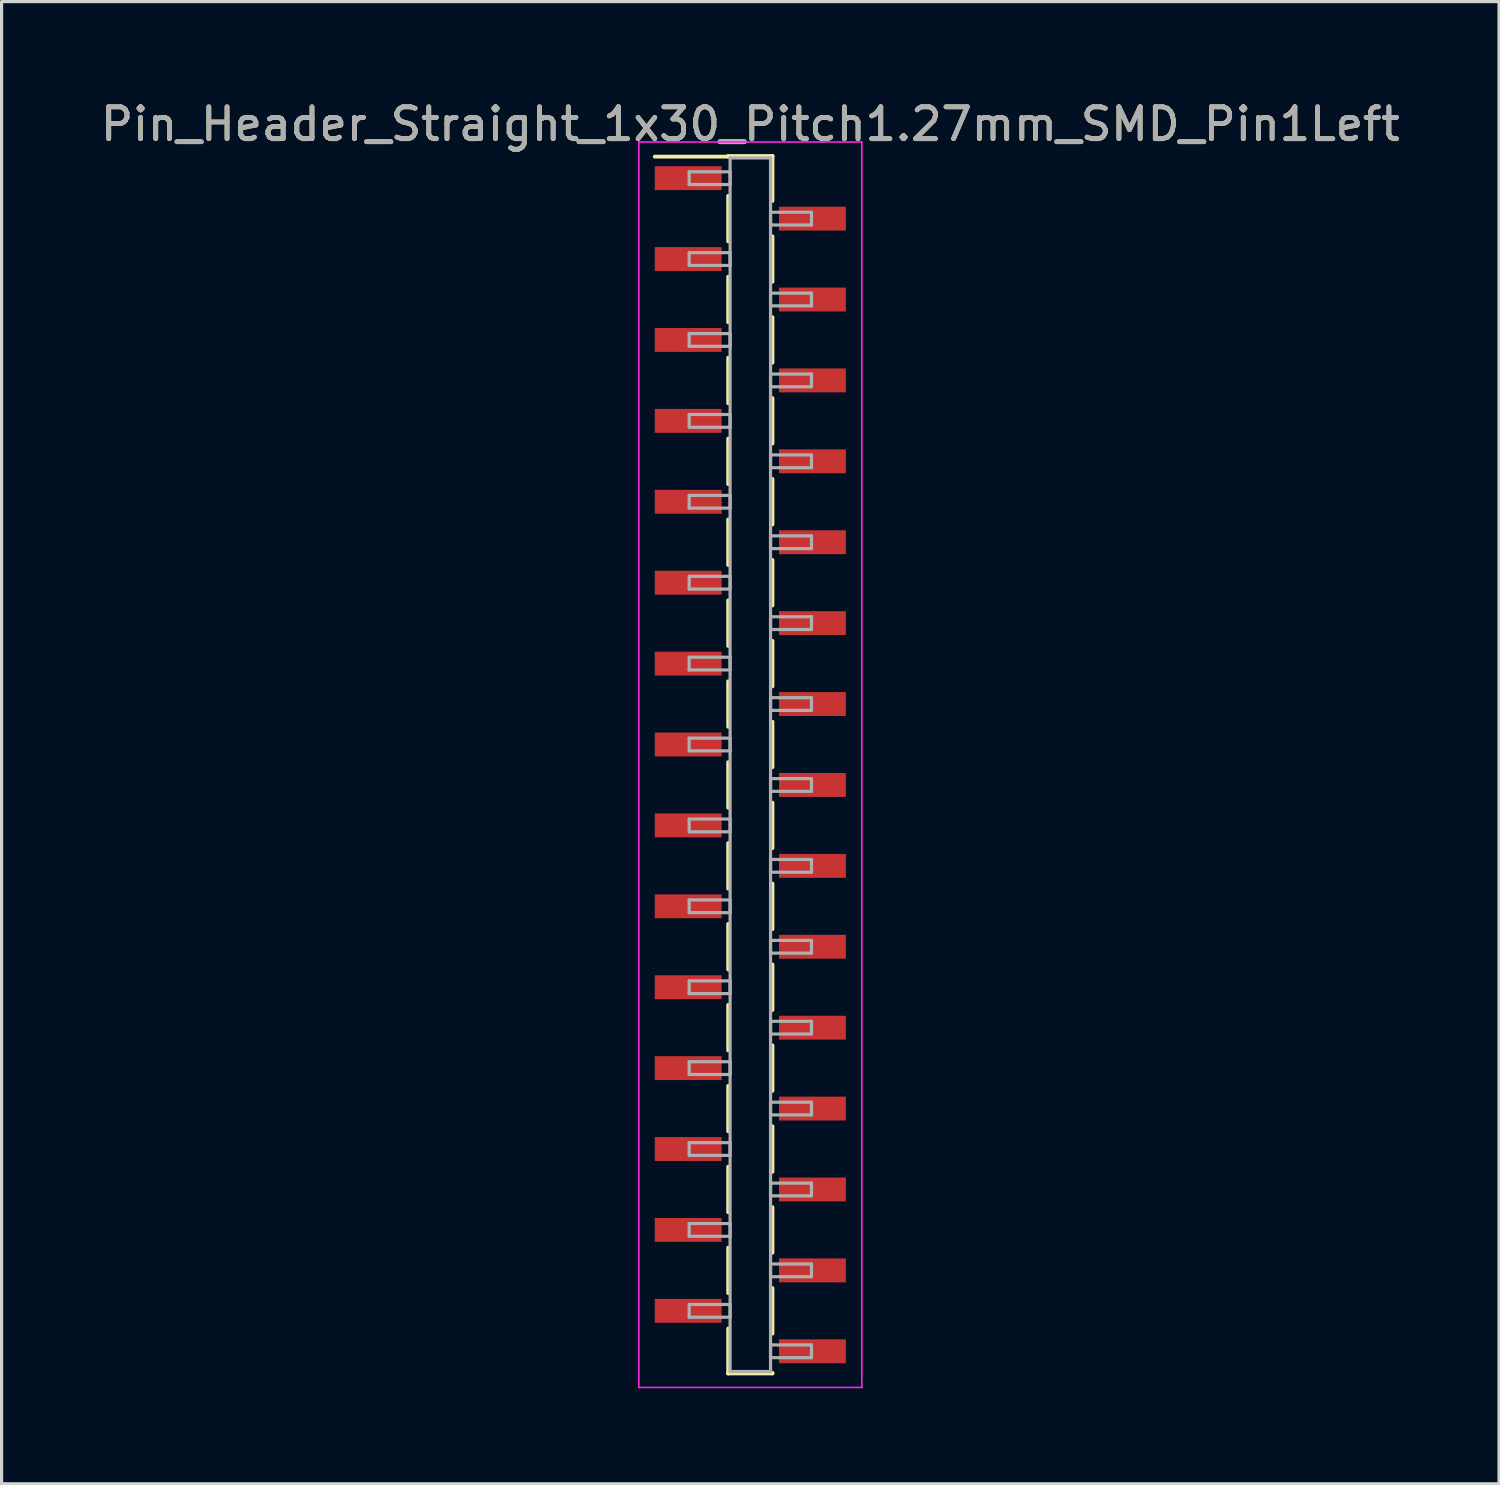
<source format=kicad_pcb>
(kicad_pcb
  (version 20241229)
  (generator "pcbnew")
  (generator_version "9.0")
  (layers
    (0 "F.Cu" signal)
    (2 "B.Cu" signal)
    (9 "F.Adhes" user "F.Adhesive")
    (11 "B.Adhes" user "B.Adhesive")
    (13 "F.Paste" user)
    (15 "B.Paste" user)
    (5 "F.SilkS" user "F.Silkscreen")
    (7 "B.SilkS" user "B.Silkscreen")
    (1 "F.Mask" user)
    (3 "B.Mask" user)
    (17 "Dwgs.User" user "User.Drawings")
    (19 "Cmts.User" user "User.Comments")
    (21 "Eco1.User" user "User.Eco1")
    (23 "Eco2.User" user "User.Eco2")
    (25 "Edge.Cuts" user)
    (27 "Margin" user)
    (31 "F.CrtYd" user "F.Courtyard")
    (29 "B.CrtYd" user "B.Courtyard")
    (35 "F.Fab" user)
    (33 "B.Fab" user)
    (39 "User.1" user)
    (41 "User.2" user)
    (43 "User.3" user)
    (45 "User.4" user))
  (footprint "Pin_Header_Straight_1x30_Pitch1.27mm_SMD_Pin1Left"
    (layer "F.Cu")
    (at 20.506 20.958)
    (property "Reference" "Pin_Header_Straight_1x30_Pitch1.27mm_SMD_Pin1Left" (at 0 -20.11 0) (layer "F.SilkS") (effects (font (size 1 1) (thickness 0.15))))
    (attr smd)
    (fp_line (start -0.695 -19.11) (end 0.695 -19.11) (stroke (width 0.12) (type solid)) (layer "F.SilkS"))
    (fp_line (start -0.695 -19.09) (end -3 -19.09) (stroke (width 0.12) (type solid)) (layer "F.SilkS"))
    (fp_line (start -0.695 -19.09) (end -0.695 -19.11) (stroke (width 0.12) (type solid)) (layer "F.SilkS"))
    (fp_line (start -0.695 -17.86) (end -0.695 -16.43) (stroke (width 0.12) (type solid)) (layer "F.SilkS"))
    (fp_line (start -0.695 -15.32) (end -0.695 -13.89) (stroke (width 0.12) (type solid)) (layer "F.SilkS"))
    (fp_line (start -0.695 -12.78) (end -0.695 -11.35) (stroke (width 0.12) (type solid)) (layer "F.SilkS"))
    (fp_line (start -0.695 -10.24) (end -0.695 -8.81) (stroke (width 0.12) (type solid)) (layer "F.SilkS"))
    (fp_line (start -0.695 -7.7) (end -0.695 -6.27) (stroke (width 0.12) (type solid)) (layer "F.SilkS"))
    (fp_line (start -0.695 -5.16) (end -0.695 -3.73) (stroke (width 0.12) (type solid)) (layer "F.SilkS"))
    (fp_line (start -0.695 -2.62) (end -0.695 -1.19) (stroke (width 0.12) (type solid)) (layer "F.SilkS"))
    (fp_line (start -0.695 -0.08) (end -0.695 1.35) (stroke (width 0.12) (type solid)) (layer "F.SilkS"))
    (fp_line (start -0.695 2.46) (end -0.695 3.89) (stroke (width 0.12) (type solid)) (layer "F.SilkS"))
    (fp_line (start -0.695 5) (end -0.695 6.43) (stroke (width 0.12) (type solid)) (layer "F.SilkS"))
    (fp_line (start -0.695 7.54) (end -0.695 8.97) (stroke (width 0.12) (type solid)) (layer "F.SilkS"))
    (fp_line (start -0.695 10.08) (end -0.695 11.51) (stroke (width 0.12) (type solid)) (layer "F.SilkS"))
    (fp_line (start -0.695 12.62) (end -0.695 14.05) (stroke (width 0.12) (type solid)) (layer "F.SilkS"))
    (fp_line (start -0.695 15.16) (end -0.695 16.59) (stroke (width 0.12) (type solid)) (layer "F.SilkS"))
    (fp_line (start -0.695 17.7) (end -0.695 19.11) (stroke (width 0.12) (type solid)) (layer "F.SilkS"))
    (fp_line (start -0.695 19.09) (end -0.695 19.11) (stroke (width 0.12) (type solid)) (layer "F.SilkS"))
    (fp_line (start -0.695 19.11) (end 0.695 19.11) (stroke (width 0.12) (type solid)) (layer "F.SilkS"))
    (fp_line (start 0.695 -19.11) (end 0.695 -19.09) (stroke (width 0.12) (type solid)) (layer "F.SilkS"))
    (fp_line (start 0.695 -19.11) (end 0.695 -17.7) (stroke (width 0.12) (type solid)) (layer "F.SilkS"))
    (fp_line (start 0.695 -16.59) (end 0.695 -15.16) (stroke (width 0.12) (type solid)) (layer "F.SilkS"))
    (fp_line (start 0.695 -14.05) (end 0.695 -12.62) (stroke (width 0.12) (type solid)) (layer "F.SilkS"))
    (fp_line (start 0.695 -11.51) (end 0.695 -10.08) (stroke (width 0.12) (type solid)) (layer "F.SilkS"))
    (fp_line (start 0.695 -8.97) (end 0.695 -7.54) (stroke (width 0.12) (type solid)) (layer "F.SilkS"))
    (fp_line (start 0.695 -6.43) (end 0.695 -5) (stroke (width 0.12) (type solid)) (layer "F.SilkS"))
    (fp_line (start 0.695 -3.89) (end 0.695 -2.46) (stroke (width 0.12) (type solid)) (layer "F.SilkS"))
    (fp_line (start 0.695 -1.35) (end 0.695 0.08) (stroke (width 0.12) (type solid)) (layer "F.SilkS"))
    (fp_line (start 0.695 1.19) (end 0.695 2.62) (stroke (width 0.12) (type solid)) (layer "F.SilkS"))
    (fp_line (start 0.695 3.73) (end 0.695 5.16) (stroke (width 0.12) (type solid)) (layer "F.SilkS"))
    (fp_line (start 0.695 6.27) (end 0.695 7.7) (stroke (width 0.12) (type solid)) (layer "F.SilkS"))
    (fp_line (start 0.695 8.81) (end 0.695 10.24) (stroke (width 0.12) (type solid)) (layer "F.SilkS"))
    (fp_line (start 0.695 11.35) (end 0.695 12.78) (stroke (width 0.12) (type solid)) (layer "F.SilkS"))
    (fp_line (start 0.695 13.89) (end 0.695 15.32) (stroke (width 0.12) (type solid)) (layer "F.SilkS"))
    (fp_line (start 0.695 16.43) (end 0.695 17.86) (stroke (width 0.12) (type solid)) (layer "F.SilkS"))
    (fp_line (start 0.695 19.11) (end 0.695 19.09) (stroke (width 0.12) (type solid)) (layer "F.SilkS"))
    (fp_line (start -3.5 -19.55) (end -3.5 19.55) (stroke (width 0.05) (type solid)) (layer "F.CrtYd"))
    (fp_line (start -3.5 19.55) (end 3.5 19.55) (stroke (width 0.05) (type solid)) (layer "F.CrtYd"))
    (fp_line (start 3.5 -19.55) (end -3.5 -19.55) (stroke (width 0.05) (type solid)) (layer "F.CrtYd"))
    (fp_line (start 3.5 19.55) (end 3.5 -19.55) (stroke (width 0.05) (type solid)) (layer "F.CrtYd"))
    (fp_line (start -1.92 -18.615) (end -0.635 -18.615) (stroke (width 0.1) (type solid)) (layer "F.Fab"))
    (fp_line (start -1.92 -18.215) (end -1.92 -18.615) (stroke (width 0.1) (type solid)) (layer "F.Fab"))
    (fp_line (start -1.92 -16.075) (end -0.635 -16.075) (stroke (width 0.1) (type solid)) (layer "F.Fab"))
    (fp_line (start -1.92 -15.675) (end -1.92 -16.075) (stroke (width 0.1) (type solid)) (layer "F.Fab"))
    (fp_line (start -1.92 -13.535) (end -0.635 -13.535) (stroke (width 0.1) (type solid)) (layer "F.Fab"))
    (fp_line (start -1.92 -13.135) (end -1.92 -13.535) (stroke (width 0.1) (type solid)) (layer "F.Fab"))
    (fp_line (start -1.92 -10.995) (end -0.635 -10.995) (stroke (width 0.1) (type solid)) (layer "F.Fab"))
    (fp_line (start -1.92 -10.595) (end -1.92 -10.995) (stroke (width 0.1) (type solid)) (layer "F.Fab"))
    (fp_line (start -1.92 -8.455) (end -0.635 -8.455) (stroke (width 0.1) (type solid)) (layer "F.Fab"))
    (fp_line (start -1.92 -8.055) (end -1.92 -8.455) (stroke (width 0.1) (type solid)) (layer "F.Fab"))
    (fp_line (start -1.92 -5.915) (end -0.635 -5.915) (stroke (width 0.1) (type solid)) (layer "F.Fab"))
    (fp_line (start -1.92 -5.515) (end -1.92 -5.915) (stroke (width 0.1) (type solid)) (layer "F.Fab"))
    (fp_line (start -1.92 -3.375) (end -0.635 -3.375) (stroke (width 0.1) (type solid)) (layer "F.Fab"))
    (fp_line (start -1.92 -2.975) (end -1.92 -3.375) (stroke (width 0.1) (type solid)) (layer "F.Fab"))
    (fp_line (start -1.92 -0.835) (end -0.635 -0.835) (stroke (width 0.1) (type solid)) (layer "F.Fab"))
    (fp_line (start -1.92 -0.435) (end -1.92 -0.835) (stroke (width 0.1) (type solid)) (layer "F.Fab"))
    (fp_line (start -1.92 1.705) (end -0.635 1.705) (stroke (width 0.1) (type solid)) (layer "F.Fab"))
    (fp_line (start -1.92 2.105) (end -1.92 1.705) (stroke (width 0.1) (type solid)) (layer "F.Fab"))
    (fp_line (start -1.92 4.245) (end -0.635 4.245) (stroke (width 0.1) (type solid)) (layer "F.Fab"))
    (fp_line (start -1.92 4.645) (end -1.92 4.245) (stroke (width 0.1) (type solid)) (layer "F.Fab"))
    (fp_line (start -1.92 6.785) (end -0.635 6.785) (stroke (width 0.1) (type solid)) (layer "F.Fab"))
    (fp_line (start -1.92 7.185) (end -1.92 6.785) (stroke (width 0.1) (type solid)) (layer "F.Fab"))
    (fp_line (start -1.92 9.325) (end -0.635 9.325) (stroke (width 0.1) (type solid)) (layer "F.Fab"))
    (fp_line (start -1.92 9.725) (end -1.92 9.325) (stroke (width 0.1) (type solid)) (layer "F.Fab"))
    (fp_line (start -1.92 11.865) (end -0.635 11.865) (stroke (width 0.1) (type solid)) (layer "F.Fab"))
    (fp_line (start -1.92 12.265) (end -1.92 11.865) (stroke (width 0.1) (type solid)) (layer "F.Fab"))
    (fp_line (start -1.92 14.405) (end -0.635 14.405) (stroke (width 0.1) (type solid)) (layer "F.Fab"))
    (fp_line (start -1.92 14.805) (end -1.92 14.405) (stroke (width 0.1) (type solid)) (layer "F.Fab"))
    (fp_line (start -1.92 16.945) (end -0.635 16.945) (stroke (width 0.1) (type solid)) (layer "F.Fab"))
    (fp_line (start -1.92 17.345) (end -1.92 16.945) (stroke (width 0.1) (type solid)) (layer "F.Fab"))
    (fp_line (start -0.635 -19.05) (end -0.635 19.05) (stroke (width 0.1) (type solid)) (layer "F.Fab"))
    (fp_line (start -0.635 -18.615) (end -0.635 -18.215) (stroke (width 0.1) (type solid)) (layer "F.Fab"))
    (fp_line (start -0.635 -18.215) (end -1.92 -18.215) (stroke (width 0.1) (type solid)) (layer "F.Fab"))
    (fp_line (start -0.635 -16.075) (end -0.635 -15.675) (stroke (width 0.1) (type solid)) (layer "F.Fab"))
    (fp_line (start -0.635 -15.675) (end -1.92 -15.675) (stroke (width 0.1) (type solid)) (layer "F.Fab"))
    (fp_line (start -0.635 -13.535) (end -0.635 -13.135) (stroke (width 0.1) (type solid)) (layer "F.Fab"))
    (fp_line (start -0.635 -13.135) (end -1.92 -13.135) (stroke (width 0.1) (type solid)) (layer "F.Fab"))
    (fp_line (start -0.635 -10.995) (end -0.635 -10.595) (stroke (width 0.1) (type solid)) (layer "F.Fab"))
    (fp_line (start -0.635 -10.595) (end -1.92 -10.595) (stroke (width 0.1) (type solid)) (layer "F.Fab"))
    (fp_line (start -0.635 -8.455) (end -0.635 -8.055) (stroke (width 0.1) (type solid)) (layer "F.Fab"))
    (fp_line (start -0.635 -8.055) (end -1.92 -8.055) (stroke (width 0.1) (type solid)) (layer "F.Fab"))
    (fp_line (start -0.635 -5.915) (end -0.635 -5.515) (stroke (width 0.1) (type solid)) (layer "F.Fab"))
    (fp_line (start -0.635 -5.515) (end -1.92 -5.515) (stroke (width 0.1) (type solid)) (layer "F.Fab"))
    (fp_line (start -0.635 -3.375) (end -0.635 -2.975) (stroke (width 0.1) (type solid)) (layer "F.Fab"))
    (fp_line (start -0.635 -2.975) (end -1.92 -2.975) (stroke (width 0.1) (type solid)) (layer "F.Fab"))
    (fp_line (start -0.635 -0.835) (end -0.635 -0.435) (stroke (width 0.1) (type solid)) (layer "F.Fab"))
    (fp_line (start -0.635 -0.435) (end -1.92 -0.435) (stroke (width 0.1) (type solid)) (layer "F.Fab"))
    (fp_line (start -0.635 1.705) (end -0.635 2.105) (stroke (width 0.1) (type solid)) (layer "F.Fab"))
    (fp_line (start -0.635 2.105) (end -1.92 2.105) (stroke (width 0.1) (type solid)) (layer "F.Fab"))
    (fp_line (start -0.635 4.245) (end -0.635 4.645) (stroke (width 0.1) (type solid)) (layer "F.Fab"))
    (fp_line (start -0.635 4.645) (end -1.92 4.645) (stroke (width 0.1) (type solid)) (layer "F.Fab"))
    (fp_line (start -0.635 6.785) (end -0.635 7.185) (stroke (width 0.1) (type solid)) (layer "F.Fab"))
    (fp_line (start -0.635 7.185) (end -1.92 7.185) (stroke (width 0.1) (type solid)) (layer "F.Fab"))
    (fp_line (start -0.635 9.325) (end -0.635 9.725) (stroke (width 0.1) (type solid)) (layer "F.Fab"))
    (fp_line (start -0.635 9.725) (end -1.92 9.725) (stroke (width 0.1) (type solid)) (layer "F.Fab"))
    (fp_line (start -0.635 11.865) (end -0.635 12.265) (stroke (width 0.1) (type solid)) (layer "F.Fab"))
    (fp_line (start -0.635 12.265) (end -1.92 12.265) (stroke (width 0.1) (type solid)) (layer "F.Fab"))
    (fp_line (start -0.635 14.405) (end -0.635 14.805) (stroke (width 0.1) (type solid)) (layer "F.Fab"))
    (fp_line (start -0.635 14.805) (end -1.92 14.805) (stroke (width 0.1) (type solid)) (layer "F.Fab"))
    (fp_line (start -0.635 16.945) (end -0.635 17.345) (stroke (width 0.1) (type solid)) (layer "F.Fab"))
    (fp_line (start -0.635 17.345) (end -1.92 17.345) (stroke (width 0.1) (type solid)) (layer "F.Fab"))
    (fp_line (start -0.635 19.05) (end 0.635 19.05) (stroke (width 0.1) (type solid)) (layer "F.Fab"))
    (fp_line (start 0.635 -19.05) (end -0.635 -19.05) (stroke (width 0.1) (type solid)) (layer "F.Fab"))
    (fp_line (start 0.635 -17.345) (end 0.635 -16.945) (stroke (width 0.1) (type solid)) (layer "F.Fab"))
    (fp_line (start 0.635 -16.945) (end 1.92 -16.945) (stroke (width 0.1) (type solid)) (layer "F.Fab"))
    (fp_line (start 0.635 -14.805) (end 0.635 -14.405) (stroke (width 0.1) (type solid)) (layer "F.Fab"))
    (fp_line (start 0.635 -14.405) (end 1.92 -14.405) (stroke (width 0.1) (type solid)) (layer "F.Fab"))
    (fp_line (start 0.635 -12.265) (end 0.635 -11.865) (stroke (width 0.1) (type solid)) (layer "F.Fab"))
    (fp_line (start 0.635 -11.865) (end 1.92 -11.865) (stroke (width 0.1) (type solid)) (layer "F.Fab"))
    (fp_line (start 0.635 -9.725) (end 0.635 -9.325) (stroke (width 0.1) (type solid)) (layer "F.Fab"))
    (fp_line (start 0.635 -9.325) (end 1.92 -9.325) (stroke (width 0.1) (type solid)) (layer "F.Fab"))
    (fp_line (start 0.635 -7.185) (end 0.635 -6.785) (stroke (width 0.1) (type solid)) (layer "F.Fab"))
    (fp_line (start 0.635 -6.785) (end 1.92 -6.785) (stroke (width 0.1) (type solid)) (layer "F.Fab"))
    (fp_line (start 0.635 -4.645) (end 0.635 -4.245) (stroke (width 0.1) (type solid)) (layer "F.Fab"))
    (fp_line (start 0.635 -4.245) (end 1.92 -4.245) (stroke (width 0.1) (type solid)) (layer "F.Fab"))
    (fp_line (start 0.635 -2.105) (end 0.635 -1.705) (stroke (width 0.1) (type solid)) (layer "F.Fab"))
    (fp_line (start 0.635 -1.705) (end 1.92 -1.705) (stroke (width 0.1) (type solid)) (layer "F.Fab"))
    (fp_line (start 0.635 0.435) (end 0.635 0.835) (stroke (width 0.1) (type solid)) (layer "F.Fab"))
    (fp_line (start 0.635 0.835) (end 1.92 0.835) (stroke (width 0.1) (type solid)) (layer "F.Fab"))
    (fp_line (start 0.635 2.975) (end 0.635 3.375) (stroke (width 0.1) (type solid)) (layer "F.Fab"))
    (fp_line (start 0.635 3.375) (end 1.92 3.375) (stroke (width 0.1) (type solid)) (layer "F.Fab"))
    (fp_line (start 0.635 5.515) (end 0.635 5.915) (stroke (width 0.1) (type solid)) (layer "F.Fab"))
    (fp_line (start 0.635 5.915) (end 1.92 5.915) (stroke (width 0.1) (type solid)) (layer "F.Fab"))
    (fp_line (start 0.635 8.055) (end 0.635 8.455) (stroke (width 0.1) (type solid)) (layer "F.Fab"))
    (fp_line (start 0.635 8.455) (end 1.92 8.455) (stroke (width 0.1) (type solid)) (layer "F.Fab"))
    (fp_line (start 0.635 10.595) (end 0.635 10.995) (stroke (width 0.1) (type solid)) (layer "F.Fab"))
    (fp_line (start 0.635 10.995) (end 1.92 10.995) (stroke (width 0.1) (type solid)) (layer "F.Fab"))
    (fp_line (start 0.635 13.135) (end 0.635 13.535) (stroke (width 0.1) (type solid)) (layer "F.Fab"))
    (fp_line (start 0.635 13.535) (end 1.92 13.535) (stroke (width 0.1) (type solid)) (layer "F.Fab"))
    (fp_line (start 0.635 15.675) (end 0.635 16.075) (stroke (width 0.1) (type solid)) (layer "F.Fab"))
    (fp_line (start 0.635 16.075) (end 1.92 16.075) (stroke (width 0.1) (type solid)) (layer "F.Fab"))
    (fp_line (start 0.635 18.215) (end 0.635 18.615) (stroke (width 0.1) (type solid)) (layer "F.Fab"))
    (fp_line (start 0.635 18.615) (end 1.92 18.615) (stroke (width 0.1) (type solid)) (layer "F.Fab"))
    (fp_line (start 0.635 19.05) (end 0.635 -19.05) (stroke (width 0.1) (type solid)) (layer "F.Fab"))
    (fp_line (start 1.92 -17.345) (end 0.635 -17.345) (stroke (width 0.1) (type solid)) (layer "F.Fab"))
    (fp_line (start 1.92 -16.945) (end 1.92 -17.345) (stroke (width 0.1) (type solid)) (layer "F.Fab"))
    (fp_line (start 1.92 -14.805) (end 0.635 -14.805) (stroke (width 0.1) (type solid)) (layer "F.Fab"))
    (fp_line (start 1.92 -14.405) (end 1.92 -14.805) (stroke (width 0.1) (type solid)) (layer "F.Fab"))
    (fp_line (start 1.92 -12.265) (end 0.635 -12.265) (stroke (width 0.1) (type solid)) (layer "F.Fab"))
    (fp_line (start 1.92 -11.865) (end 1.92 -12.265) (stroke (width 0.1) (type solid)) (layer "F.Fab"))
    (fp_line (start 1.92 -9.725) (end 0.635 -9.725) (stroke (width 0.1) (type solid)) (layer "F.Fab"))
    (fp_line (start 1.92 -9.325) (end 1.92 -9.725) (stroke (width 0.1) (type solid)) (layer "F.Fab"))
    (fp_line (start 1.92 -7.185) (end 0.635 -7.185) (stroke (width 0.1) (type solid)) (layer "F.Fab"))
    (fp_line (start 1.92 -6.785) (end 1.92 -7.185) (stroke (width 0.1) (type solid)) (layer "F.Fab"))
    (fp_line (start 1.92 -4.645) (end 0.635 -4.645) (stroke (width 0.1) (type solid)) (layer "F.Fab"))
    (fp_line (start 1.92 -4.245) (end 1.92 -4.645) (stroke (width 0.1) (type solid)) (layer "F.Fab"))
    (fp_line (start 1.92 -2.105) (end 0.635 -2.105) (stroke (width 0.1) (type solid)) (layer "F.Fab"))
    (fp_line (start 1.92 -1.705) (end 1.92 -2.105) (stroke (width 0.1) (type solid)) (layer "F.Fab"))
    (fp_line (start 1.92 0.435) (end 0.635 0.435) (stroke (width 0.1) (type solid)) (layer "F.Fab"))
    (fp_line (start 1.92 0.835) (end 1.92 0.435) (stroke (width 0.1) (type solid)) (layer "F.Fab"))
    (fp_line (start 1.92 2.975) (end 0.635 2.975) (stroke (width 0.1) (type solid)) (layer "F.Fab"))
    (fp_line (start 1.92 3.375) (end 1.92 2.975) (stroke (width 0.1) (type solid)) (layer "F.Fab"))
    (fp_line (start 1.92 5.515) (end 0.635 5.515) (stroke (width 0.1) (type solid)) (layer "F.Fab"))
    (fp_line (start 1.92 5.915) (end 1.92 5.515) (stroke (width 0.1) (type solid)) (layer "F.Fab"))
    (fp_line (start 1.92 8.055) (end 0.635 8.055) (stroke (width 0.1) (type solid)) (layer "F.Fab"))
    (fp_line (start 1.92 8.455) (end 1.92 8.055) (stroke (width 0.1) (type solid)) (layer "F.Fab"))
    (fp_line (start 1.92 10.595) (end 0.635 10.595) (stroke (width 0.1) (type solid)) (layer "F.Fab"))
    (fp_line (start 1.92 10.995) (end 1.92 10.595) (stroke (width 0.1) (type solid)) (layer "F.Fab"))
    (fp_line (start 1.92 13.135) (end 0.635 13.135) (stroke (width 0.1) (type solid)) (layer "F.Fab"))
    (fp_line (start 1.92 13.535) (end 1.92 13.135) (stroke (width 0.1) (type solid)) (layer "F.Fab"))
    (fp_line (start 1.92 15.675) (end 0.635 15.675) (stroke (width 0.1) (type solid)) (layer "F.Fab"))
    (fp_line (start 1.92 16.075) (end 1.92 15.675) (stroke (width 0.1) (type solid)) (layer "F.Fab"))
    (fp_line (start 1.92 18.215) (end 0.635 18.215) (stroke (width 0.1) (type solid)) (layer "F.Fab"))
    (fp_line (start 1.92 18.615) (end 1.92 18.215) (stroke (width 0.1) (type solid)) (layer "F.Fab"))
    (fp_text user "${REFERENCE}" (at 0 -20.11 0) (layer "F.Fab") (effects (font (size 1 1) (thickness 0.15))))
    (pad "1" smd rect (at -1.95 -18.415) (size 2.1 0.75) (layers "F.Cu" "F.Mask" "F.Paste"))
    (pad "2" smd rect (at 1.95 -17.145) (size 2.1 0.75) (layers "F.Cu" "F.Mask" "F.Paste"))
    (pad "3" smd rect (at -1.95 -15.875) (size 2.1 0.75) (layers "F.Cu" "F.Mask" "F.Paste"))
    (pad "4" smd rect (at 1.95 -14.605) (size 2.1 0.75) (layers "F.Cu" "F.Mask" "F.Paste"))
    (pad "5" smd rect (at -1.95 -13.335) (size 2.1 0.75) (layers "F.Cu" "F.Mask" "F.Paste"))
    (pad "6" smd rect (at 1.95 -12.065) (size 2.1 0.75) (layers "F.Cu" "F.Mask" "F.Paste"))
    (pad "7" smd rect (at -1.95 -10.795) (size 2.1 0.75) (layers "F.Cu" "F.Mask" "F.Paste"))
    (pad "8" smd rect (at 1.95 -9.525) (size 2.1 0.75) (layers "F.Cu" "F.Mask" "F.Paste"))
    (pad "9" smd rect (at -1.95 -8.255) (size 2.1 0.75) (layers "F.Cu" "F.Mask" "F.Paste"))
    (pad "10" smd rect (at 1.95 -6.985) (size 2.1 0.75) (layers "F.Cu" "F.Mask" "F.Paste"))
    (pad "11" smd rect (at -1.95 -5.715) (size 2.1 0.75) (layers "F.Cu" "F.Mask" "F.Paste"))
    (pad "12" smd rect (at 1.95 -4.445) (size 2.1 0.75) (layers "F.Cu" "F.Mask" "F.Paste"))
    (pad "13" smd rect (at -1.95 -3.175) (size 2.1 0.75) (layers "F.Cu" "F.Mask" "F.Paste"))
    (pad "14" smd rect (at 1.95 -1.905) (size 2.1 0.75) (layers "F.Cu" "F.Mask" "F.Paste"))
    (pad "15" smd rect (at -1.95 -0.635) (size 2.1 0.75) (layers "F.Cu" "F.Mask" "F.Paste"))
    (pad "16" smd rect (at 1.95 0.635) (size 2.1 0.75) (layers "F.Cu" "F.Mask" "F.Paste"))
    (pad "17" smd rect (at -1.95 1.905) (size 2.1 0.75) (layers "F.Cu" "F.Mask" "F.Paste"))
    (pad "18" smd rect (at 1.95 3.175) (size 2.1 0.75) (layers "F.Cu" "F.Mask" "F.Paste"))
    (pad "19" smd rect (at -1.95 4.445) (size 2.1 0.75) (layers "F.Cu" "F.Mask" "F.Paste"))
    (pad "20" smd rect (at 1.95 5.715) (size 2.1 0.75) (layers "F.Cu" "F.Mask" "F.Paste"))
    (pad "21" smd rect (at -1.95 6.985) (size 2.1 0.75) (layers "F.Cu" "F.Mask" "F.Paste"))
    (pad "22" smd rect (at 1.95 8.255) (size 2.1 0.75) (layers "F.Cu" "F.Mask" "F.Paste"))
    (pad "23" smd rect (at -1.95 9.525) (size 2.1 0.75) (layers "F.Cu" "F.Mask" "F.Paste"))
    (pad "24" smd rect (at 1.95 10.795) (size 2.1 0.75) (layers "F.Cu" "F.Mask" "F.Paste"))
    (pad "25" smd rect (at -1.95 12.065) (size 2.1 0.75) (layers "F.Cu" "F.Mask" "F.Paste"))
    (pad "26" smd rect (at 1.95 13.335) (size 2.1 0.75) (layers "F.Cu" "F.Mask" "F.Paste"))
    (pad "27" smd rect (at -1.95 14.605) (size 2.1 0.75) (layers "F.Cu" "F.Mask" "F.Paste"))
    (pad "28" smd rect (at 1.95 15.875) (size 2.1 0.75) (layers "F.Cu" "F.Mask" "F.Paste"))
    (pad "29" smd rect (at -1.95 17.145) (size 2.1 0.75) (layers "F.Cu" "F.Mask" "F.Paste"))
    (pad "30" smd rect (at 1.95 18.415) (size 2.1 0.75) (layers "F.Cu" "F.Mask" "F.Paste")))
  (gr_rect
    (start -3 -3)
    (end 44.012 43.533)
    (stroke (width 0.1) (type default))
    (fill no)
    (layer "Edge.Cuts")))
</source>
